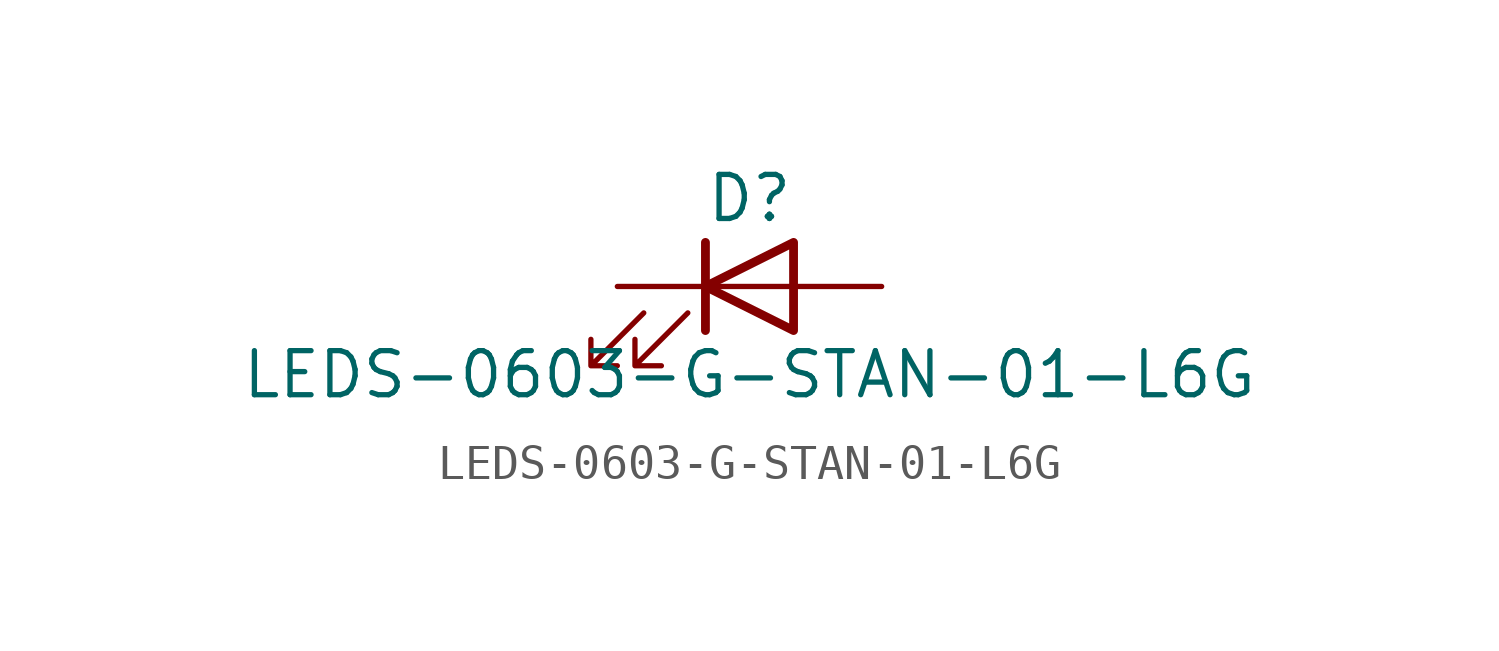
<source format=kicad_sym>
(kicad_symbol_lib
  (version 20211014)
  (generator kicad_symbol_editor)
  (symbol "LEDS-0603-G-STAN-01-L6G"
    (pin_numbers hide)
    (pin_names
      (offset 1.016) hide)
    (property "Reference" "D"
      (at 0 2.54 0)
      (effects (font (size 1.27 1.27))))
    (property "Value" "LEDS-0603-G-STAN-01-L6G"
      (at 0 -2.54 0)
      (effects (font (size 1.27 1.27))))
    (symbol "LEDS-0603-G-STAN-01-L6G_0_1"
      (polyline (pts (xy -1.27 -1.27) (xy -1.27 1.27)) (stroke (width 0.254) (type default) (color 0 0 0 0)) (fill (type none)))
      (polyline (pts (xy -1.27 0) (xy 1.27 0)) (stroke (width 0) (type default) (color 0 0 0 0)) (fill (type none)))
      (polyline (pts (xy 1.27 -1.27) (xy 1.27 1.27) (xy -1.27 0) (xy 1.27 -1.27)) (stroke (width 0.254) (type default) (color 0 0 0 0)) (fill (type none)))
      (polyline (pts (xy -3.048 -0.762) (xy -4.572 -2.286) (xy -3.81 -2.286) (xy -4.572 -2.286) (xy -4.572 -1.524)) (stroke (width 0) (type default) (color 0 0 0 0)) (fill (type none)))
      (polyline (pts (xy -1.778 -0.762) (xy -3.302 -2.286) (xy -2.54 -2.286) (xy -3.302 -2.286) (xy -3.302 -1.524)) (stroke (width 0) (type default) (color 0 0 0 0)) (fill (type none))))
    (symbol "LEDS-0603-G-STAN-01-L6G_1_1"
      (pin passive line (at -3.81 0 0) (length 2.54) (name "K" (effects (font (size 1.27 1.27)))) (number "1" (effects (font (size 1.27 1.27)))))
      (pin passive line (at 3.81 0 180) (length 2.54) (name "A" (effects (font (size 1.27 1.27)))) (number "2" (effects (font (size 1.27 1.27))))))))
</source>
